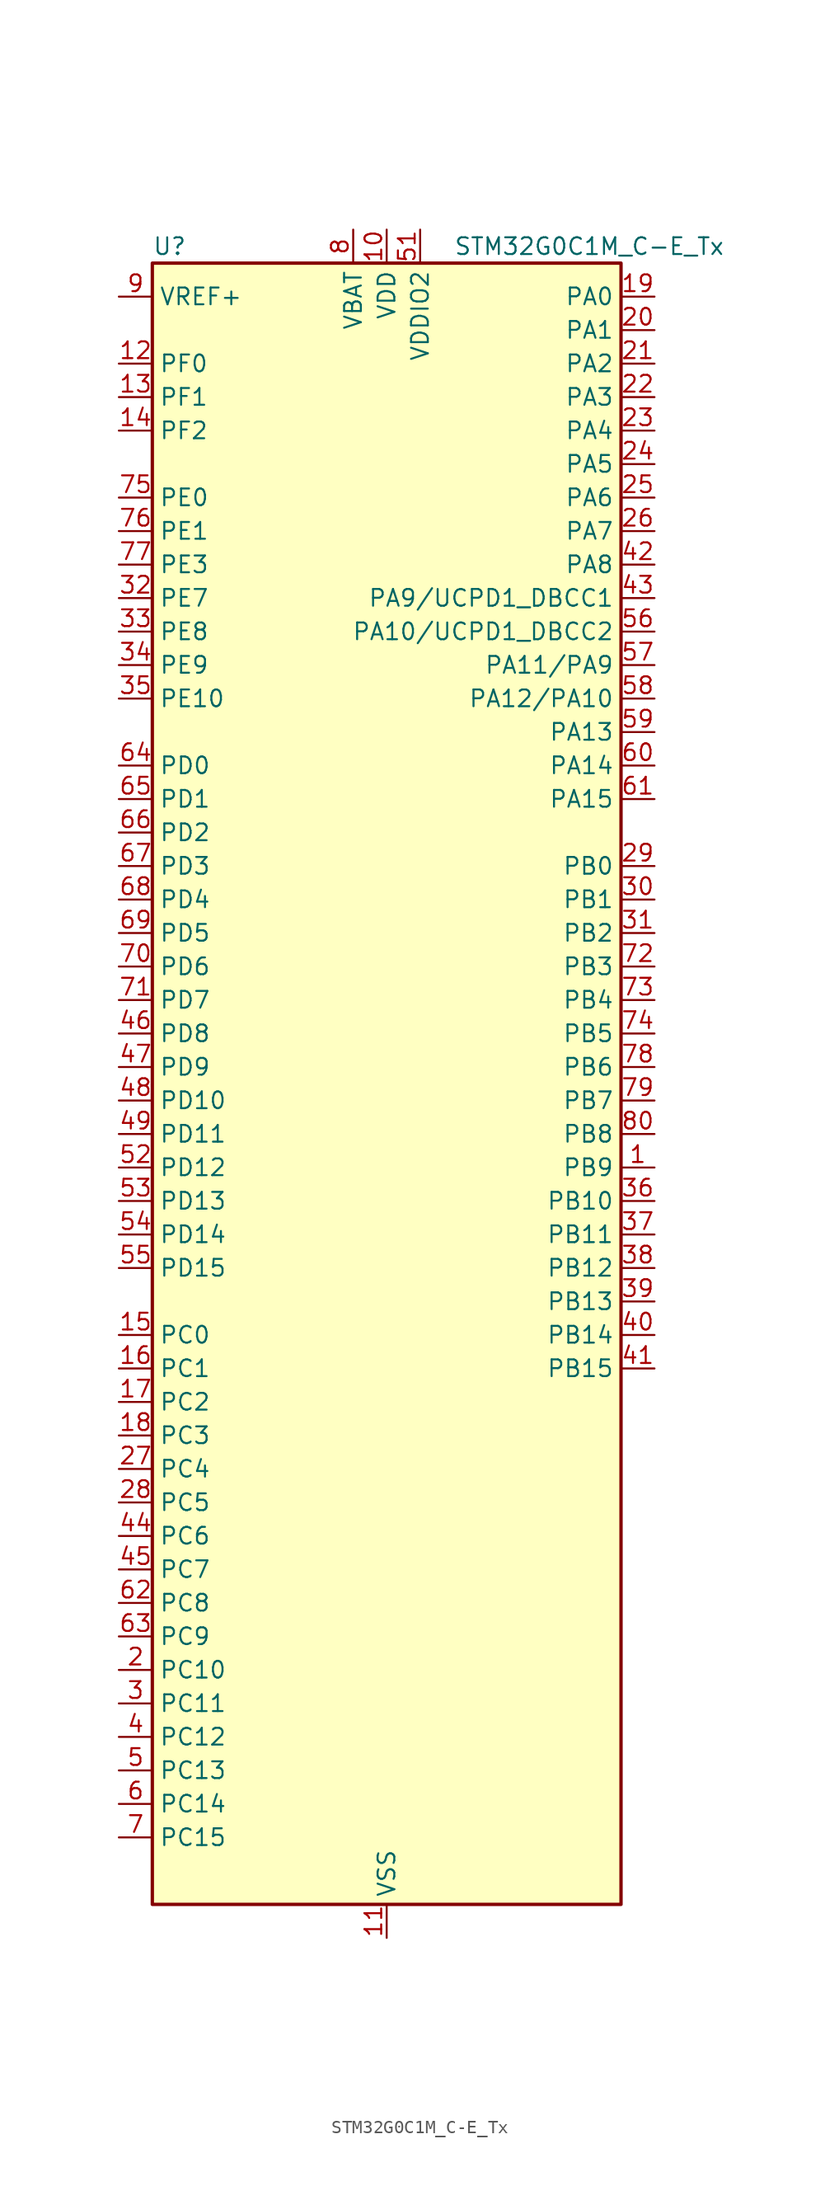
<source format=kicad_sym>
(kicad_symbol_lib
  (version 20231120)
  (generator "kicad_symbol_editor")
  (generator_version "8.0")
  (symbol "STM32G0C1M_C-E_Tx"
    (property "Reference" "U"
      (at -17.78 64.77 0)
      (effects (font (size 1.27 1.27)) (justify left)))
    (property "Value" "STM32G0C1M_C-E_Tx"
      (at 5.08 64.77 0)
      (effects (font (size 1.27 1.27)) (justify left)))
    (property "ki_locked" ""
      (at 0 0 0)
      (effects (font (size 1.27 1.27))))
    (symbol "STM32G0C1M_C-E_Tx_0_1"
      (rectangle (start -17.78 -60.96) (end 17.78 63.5) (stroke (width 0.254) (type default)) (fill (type background))))
    (symbol "STM32G0C1M_C-E_Tx_1_1"
      (pin bidirectional line (at 20.32 -5.08 180) (length 2.54) (name "PB9" (effects (font (size 1.27 1.27)))) (number "1" (effects (font (size 1.27 1.27)))) (alternate "DAC1_EXTI9" bidirectional line) (alternate "FDCAN1_TX" bidirectional line) (alternate "I2C1_SDA" bidirectional line) (alternate "I2S2_WS" bidirectional line) (alternate "IR_OUT" bidirectional line) (alternate "SPI2_NSS" bidirectional line) (alternate "TIM17_CH1" bidirectional line) (alternate "TIM4_CH4" bidirectional line) (alternate "UCPD2_FRSTX1" bidirectional line) (alternate "UCPD2_FRSTX2" bidirectional line) (alternate "USART3_RX" bidirectional line) (alternate "USART6_RX" bidirectional line))
      (pin power_in line (at 0 66.04 270) (length 2.54) (name "VDD" (effects (font (size 1.27 1.27)))) (number "10" (effects (font (size 1.27 1.27)))))
      (pin power_in line (at 0 -63.5 90) (length 2.54) (name "VSS" (effects (font (size 1.27 1.27)))) (number "11" (effects (font (size 1.27 1.27)))))
      (pin bidirectional line (at -20.32 55.88 0) (length 2.54) (name "PF0" (effects (font (size 1.27 1.27)))) (number "12" (effects (font (size 1.27 1.27)))) (alternate "CRS1_SYNC" bidirectional line) (alternate "RCC_OSC_IN" bidirectional line) (alternate "TIM14_CH1" bidirectional line))
      (pin bidirectional line (at -20.32 53.34 0) (length 2.54) (name "PF1" (effects (font (size 1.27 1.27)))) (number "13" (effects (font (size 1.27 1.27)))) (alternate "RCC_OSC_EN" bidirectional line) (alternate "RCC_OSC_OUT" bidirectional line) (alternate "TIM15_CH1N" bidirectional line))
      (pin bidirectional line (at -20.32 50.8 0) (length 2.54) (name "PF2" (effects (font (size 1.27 1.27)))) (number "14" (effects (font (size 1.27 1.27)))) (alternate "LPUART2_DE" bidirectional line) (alternate "LPUART2_RTS" bidirectional line) (alternate "LPUART2_TX" bidirectional line) (alternate "RCC_MCO" bidirectional line))
      (pin bidirectional line (at -20.32 -17.78 0) (length 2.54) (name "PC0" (effects (font (size 1.27 1.27)))) (number "15" (effects (font (size 1.27 1.27)))) (alternate "COMP3_INM" bidirectional line) (alternate "COMP3_OUT" bidirectional line) (alternate "I2C3_SCL" bidirectional line) (alternate "LPTIM1_IN1" bidirectional line) (alternate "LPTIM2_IN1" bidirectional line) (alternate "LPUART1_RX" bidirectional line) (alternate "LPUART2_TX" bidirectional line) (alternate "USART6_TX" bidirectional line))
      (pin bidirectional line (at -20.32 -20.32 0) (length 2.54) (name "PC1" (effects (font (size 1.27 1.27)))) (number "16" (effects (font (size 1.27 1.27)))) (alternate "COMP3_INP" bidirectional line) (alternate "I2C3_SDA" bidirectional line) (alternate "LPTIM1_OUT" bidirectional line) (alternate "LPUART1_TX" bidirectional line) (alternate "LPUART2_RX" bidirectional line) (alternate "TIM15_CH1" bidirectional line) (alternate "USART6_RX" bidirectional line))
      (pin bidirectional line (at -20.32 -22.86 0) (length 2.54) (name "PC2" (effects (font (size 1.27 1.27)))) (number "17" (effects (font (size 1.27 1.27)))) (alternate "COMP3_OUT" bidirectional line) (alternate "FDCAN2_RX" bidirectional line) (alternate "I2S2_MCK" bidirectional line) (alternate "LPTIM1_IN2" bidirectional line) (alternate "SPI2_MISO" bidirectional line) (alternate "TIM15_CH2" bidirectional line))
      (pin bidirectional line (at -20.32 -25.4 0) (length 2.54) (name "PC3" (effects (font (size 1.27 1.27)))) (number "18" (effects (font (size 1.27 1.27)))) (alternate "FDCAN2_TX" bidirectional line) (alternate "I2S2_SD" bidirectional line) (alternate "LPTIM1_ETR" bidirectional line) (alternate "LPTIM2_ETR" bidirectional line) (alternate "SPI2_MOSI" bidirectional line))
      (pin bidirectional line (at 20.32 60.96 180) (length 2.54) (name "PA0" (effects (font (size 1.27 1.27)))) (number "19" (effects (font (size 1.27 1.27)))) (alternate "ADC1_IN0" bidirectional line) (alternate "COMP1_INM" bidirectional line) (alternate "COMP1_OUT" bidirectional line) (alternate "I2S2_CK" bidirectional line) (alternate "LPTIM1_OUT" bidirectional line) (alternate "RTC_TAMP_IN2" bidirectional line) (alternate "SPI2_SCK" bidirectional line) (alternate "SYS_WKUP1" bidirectional line) (alternate "TIM2_CH1" bidirectional line) (alternate "TIM2_ETR" bidirectional line) (alternate "UCPD2_FRSTX1" bidirectional line) (alternate "UCPD2_FRSTX2" bidirectional line) (alternate "USART2_CTS" bidirectional line) (alternate "USART2_NSS" bidirectional line) (alternate "USART4_TX" bidirectional line))
      (pin bidirectional line (at -20.32 -43.18 0) (length 2.54) (name "PC10" (effects (font (size 1.27 1.27)))) (number "2" (effects (font (size 1.27 1.27)))) (alternate "SPI3_SCK" bidirectional line) (alternate "TIM1_CH3" bidirectional line) (alternate "USART3_TX" bidirectional line) (alternate "USART4_TX" bidirectional line))
      (pin bidirectional line (at 20.32 58.42 180) (length 2.54) (name "PA1" (effects (font (size 1.27 1.27)))) (number "20" (effects (font (size 1.27 1.27)))) (alternate "ADC1_IN1" bidirectional line) (alternate "COMP1_INP" bidirectional line) (alternate "I2C1_SMBA" bidirectional line) (alternate "I2S1_CK" bidirectional line) (alternate "SPI1_SCK" bidirectional line) (alternate "TIM15_CH1N" bidirectional line) (alternate "TIM2_CH2" bidirectional line) (alternate "USART2_CK" bidirectional line) (alternate "USART2_DE" bidirectional line) (alternate "USART2_RTS" bidirectional line) (alternate "USART4_RX" bidirectional line))
      (pin bidirectional line (at 20.32 55.88 180) (length 2.54) (name "PA2" (effects (font (size 1.27 1.27)))) (number "21" (effects (font (size 1.27 1.27)))) (alternate "ADC1_IN2" bidirectional line) (alternate "COMP2_INM" bidirectional line) (alternate "COMP2_OUT" bidirectional line) (alternate "I2S1_SD" bidirectional line) (alternate "LPUART1_TX" bidirectional line) (alternate "RCC_LSCO" bidirectional line) (alternate "SPI1_MOSI" bidirectional line) (alternate "SYS_WKUP4" bidirectional line) (alternate "TIM15_CH1" bidirectional line) (alternate "TIM2_CH3" bidirectional line) (alternate "UCPD1_FRSTX1" bidirectional line) (alternate "UCPD1_FRSTX2" bidirectional line) (alternate "USART2_TX" bidirectional line))
      (pin bidirectional line (at 20.32 53.34 180) (length 2.54) (name "PA3" (effects (font (size 1.27 1.27)))) (number "22" (effects (font (size 1.27 1.27)))) (alternate "ADC1_IN3" bidirectional line) (alternate "COMP2_INP" bidirectional line) (alternate "I2S2_MCK" bidirectional line) (alternate "LPUART1_RX" bidirectional line) (alternate "SPI2_MISO" bidirectional line) (alternate "TIM15_CH2" bidirectional line) (alternate "TIM2_CH4" bidirectional line) (alternate "UCPD2_FRSTX1" bidirectional line) (alternate "UCPD2_FRSTX2" bidirectional line) (alternate "USART2_RX" bidirectional line))
      (pin bidirectional line (at 20.32 50.8 180) (length 2.54) (name "PA4" (effects (font (size 1.27 1.27)))) (number "23" (effects (font (size 1.27 1.27)))) (alternate "ADC1_IN4" bidirectional line) (alternate "DAC1_OUT1" bidirectional line) (alternate "I2S1_WS" bidirectional line) (alternate "I2S2_SD" bidirectional line) (alternate "LPTIM2_OUT" bidirectional line) (alternate "RTC_OUT2" bidirectional line) (alternate "SPI1_NSS" bidirectional line) (alternate "SPI2_MOSI" bidirectional line) (alternate "SPI3_NSS" bidirectional line) (alternate "TIM14_CH1" bidirectional line) (alternate "UCPD2_FRSTX1" bidirectional line) (alternate "UCPD2_FRSTX2" bidirectional line) (alternate "USART6_TX" bidirectional line) (alternate "USB_NOE" bidirectional line))
      (pin bidirectional line (at 20.32 48.26 180) (length 2.54) (name "PA5" (effects (font (size 1.27 1.27)))) (number "24" (effects (font (size 1.27 1.27)))) (alternate "ADC1_IN5" bidirectional line) (alternate "CEC" bidirectional line) (alternate "DAC1_OUT2" bidirectional line) (alternate "I2S1_CK" bidirectional line) (alternate "LPTIM2_ETR" bidirectional line) (alternate "SPI1_SCK" bidirectional line) (alternate "TIM2_CH1" bidirectional line) (alternate "TIM2_ETR" bidirectional line) (alternate "UCPD1_FRSTX1" bidirectional line) (alternate "UCPD1_FRSTX2" bidirectional line) (alternate "USART3_TX" bidirectional line) (alternate "USART6_RX" bidirectional line))
      (pin bidirectional line (at 20.32 45.72 180) (length 2.54) (name "PA6" (effects (font (size 1.27 1.27)))) (number "25" (effects (font (size 1.27 1.27)))) (alternate "ADC1_IN6" bidirectional line) (alternate "COMP1_OUT" bidirectional line) (alternate "I2C2_SDA" bidirectional line) (alternate "I2C3_SDA" bidirectional line) (alternate "I2S1_MCK" bidirectional line) (alternate "LPUART1_CTS" bidirectional line) (alternate "SPI1_MISO" bidirectional line) (alternate "TIM16_CH1" bidirectional line) (alternate "TIM1_BK" bidirectional line) (alternate "TIM3_CH1" bidirectional line) (alternate "USART3_CTS" bidirectional line) (alternate "USART3_NSS" bidirectional line) (alternate "USART6_CTS" bidirectional line) (alternate "USART6_NSS" bidirectional line))
      (pin bidirectional line (at 20.32 43.18 180) (length 2.54) (name "PA7" (effects (font (size 1.27 1.27)))) (number "26" (effects (font (size 1.27 1.27)))) (alternate "ADC1_IN7" bidirectional line) (alternate "COMP2_OUT" bidirectional line) (alternate "I2C2_SCL" bidirectional line) (alternate "I2C3_SCL" bidirectional line) (alternate "I2S1_SD" bidirectional line) (alternate "SPI1_MOSI" bidirectional line) (alternate "TIM14_CH1" bidirectional line) (alternate "TIM17_CH1" bidirectional line) (alternate "TIM1_CH1N" bidirectional line) (alternate "TIM3_CH2" bidirectional line) (alternate "UCPD1_FRSTX1" bidirectional line) (alternate "UCPD1_FRSTX2" bidirectional line) (alternate "USART6_CK" bidirectional line) (alternate "USART6_DE" bidirectional line) (alternate "USART6_RTS" bidirectional line))
      (pin bidirectional line (at -20.32 -27.94 0) (length 2.54) (name "PC4" (effects (font (size 1.27 1.27)))) (number "27" (effects (font (size 1.27 1.27)))) (alternate "ADC1_IN17" bidirectional line) (alternate "COMP1_INM" bidirectional line) (alternate "FDCAN1_RX" bidirectional line) (alternate "TIM2_CH1" bidirectional line) (alternate "TIM2_ETR" bidirectional line) (alternate "USART1_TX" bidirectional line) (alternate "USART3_TX" bidirectional line))
      (pin bidirectional line (at -20.32 -30.48 0) (length 2.54) (name "PC5" (effects (font (size 1.27 1.27)))) (number "28" (effects (font (size 1.27 1.27)))) (alternate "ADC1_IN18" bidirectional line) (alternate "COMP1_INP" bidirectional line) (alternate "FDCAN1_TX" bidirectional line) (alternate "SYS_WKUP5" bidirectional line) (alternate "TIM2_CH2" bidirectional line) (alternate "USART1_RX" bidirectional line) (alternate "USART3_RX" bidirectional line))
      (pin bidirectional line (at 20.32 17.78 180) (length 2.54) (name "PB0" (effects (font (size 1.27 1.27)))) (number "29" (effects (font (size 1.27 1.27)))) (alternate "ADC1_IN8" bidirectional line) (alternate "COMP1_OUT" bidirectional line) (alternate "COMP3_INP" bidirectional line) (alternate "FDCAN2_RX" bidirectional line) (alternate "I2S1_WS" bidirectional line) (alternate "LPTIM1_OUT" bidirectional line) (alternate "LPUART2_CTS" bidirectional line) (alternate "SPI1_NSS" bidirectional line) (alternate "TIM1_CH2N" bidirectional line) (alternate "TIM3_CH3" bidirectional line) (alternate "UCPD1_FRSTX1" bidirectional line) (alternate "UCPD1_FRSTX2" bidirectional line) (alternate "USART3_RX" bidirectional line) (alternate "USART5_TX" bidirectional line))
      (pin bidirectional line (at -20.32 -45.72 0) (length 2.54) (name "PC11" (effects (font (size 1.27 1.27)))) (number "3" (effects (font (size 1.27 1.27)))) (alternate "ADC1_EXTI11" bidirectional line) (alternate "SPI3_MISO" bidirectional line) (alternate "TIM1_CH4" bidirectional line) (alternate "USART3_RX" bidirectional line) (alternate "USART4_RX" bidirectional line))
      (pin bidirectional line (at 20.32 15.24 180) (length 2.54) (name "PB1" (effects (font (size 1.27 1.27)))) (number "30" (effects (font (size 1.27 1.27)))) (alternate "ADC1_IN9" bidirectional line) (alternate "COMP1_INM" bidirectional line) (alternate "COMP3_OUT" bidirectional line) (alternate "FDCAN2_TX" bidirectional line) (alternate "LPTIM2_IN1" bidirectional line) (alternate "LPUART1_DE" bidirectional line) (alternate "LPUART1_RTS" bidirectional line) (alternate "LPUART2_DE" bidirectional line) (alternate "LPUART2_RTS" bidirectional line) (alternate "TIM14_CH1" bidirectional line) (alternate "TIM1_CH3N" bidirectional line) (alternate "TIM3_CH4" bidirectional line) (alternate "USART3_CK" bidirectional line) (alternate "USART3_DE" bidirectional line) (alternate "USART3_RTS" bidirectional line) (alternate "USART5_RX" bidirectional line))
      (pin bidirectional line (at 20.32 12.7 180) (length 2.54) (name "PB2" (effects (font (size 1.27 1.27)))) (number "31" (effects (font (size 1.27 1.27)))) (alternate "ADC1_IN10" bidirectional line) (alternate "COMP1_INP" bidirectional line) (alternate "COMP3_INM" bidirectional line) (alternate "I2S2_MCK" bidirectional line) (alternate "LPTIM1_OUT" bidirectional line) (alternate "RCC_MCO_2" bidirectional line) (alternate "SPI2_MISO" bidirectional line) (alternate "USART3_TX" bidirectional line))
      (pin bidirectional line (at -20.32 38.1 0) (length 2.54) (name "PE7" (effects (font (size 1.27 1.27)))) (number "32" (effects (font (size 1.27 1.27)))) (alternate "COMP3_INP" bidirectional line) (alternate "TIM1_ETR" bidirectional line) (alternate "USART5_CK" bidirectional line) (alternate "USART5_DE" bidirectional line) (alternate "USART5_RTS" bidirectional line))
      (pin bidirectional line (at -20.32 35.56 0) (length 2.54) (name "PE8" (effects (font (size 1.27 1.27)))) (number "33" (effects (font (size 1.27 1.27)))) (alternate "COMP3_INM" bidirectional line) (alternate "TIM1_CH1N" bidirectional line) (alternate "USART4_TX" bidirectional line))
      (pin bidirectional line (at -20.32 33.02 0) (length 2.54) (name "PE9" (effects (font (size 1.27 1.27)))) (number "34" (effects (font (size 1.27 1.27)))) (alternate "DAC1_EXTI9" bidirectional line) (alternate "TIM1_CH1" bidirectional line) (alternate "USART4_RX" bidirectional line))
      (pin bidirectional line (at -20.32 30.48 0) (length 2.54) (name "PE10" (effects (font (size 1.27 1.27)))) (number "35" (effects (font (size 1.27 1.27)))) (alternate "TIM1_CH2N" bidirectional line) (alternate "USART5_TX" bidirectional line))
      (pin bidirectional line (at 20.32 -7.62 180) (length 2.54) (name "PB10" (effects (font (size 1.27 1.27)))) (number "36" (effects (font (size 1.27 1.27)))) (alternate "ADC1_IN11" bidirectional line) (alternate "CEC" bidirectional line) (alternate "COMP1_OUT" bidirectional line) (alternate "I2C2_SCL" bidirectional line) (alternate "I2S2_CK" bidirectional line) (alternate "LPUART1_RX" bidirectional line) (alternate "SPI2_SCK" bidirectional line) (alternate "TIM2_CH3" bidirectional line) (alternate "USART3_TX" bidirectional line))
      (pin bidirectional line (at 20.32 -10.16 180) (length 2.54) (name "PB11" (effects (font (size 1.27 1.27)))) (number "37" (effects (font (size 1.27 1.27)))) (alternate "ADC1_EXTI11" bidirectional line) (alternate "ADC1_IN15" bidirectional line) (alternate "COMP2_OUT" bidirectional line) (alternate "I2C2_SDA" bidirectional line) (alternate "I2S2_SD" bidirectional line) (alternate "LPUART1_TX" bidirectional line) (alternate "SPI2_MOSI" bidirectional line) (alternate "TIM2_CH4" bidirectional line) (alternate "USART3_RX" bidirectional line))
      (pin bidirectional line (at 20.32 -12.7 180) (length 2.54) (name "PB12" (effects (font (size 1.27 1.27)))) (number "38" (effects (font (size 1.27 1.27)))) (alternate "ADC1_IN16" bidirectional line) (alternate "FDCAN2_RX" bidirectional line) (alternate "I2C2_SMBA" bidirectional line) (alternate "I2S2_WS" bidirectional line) (alternate "LPUART1_DE" bidirectional line) (alternate "LPUART1_RTS" bidirectional line) (alternate "SPI2_NSS" bidirectional line) (alternate "TIM15_BK" bidirectional line) (alternate "TIM1_BK" bidirectional line) (alternate "UCPD2_FRSTX1" bidirectional line) (alternate "UCPD2_FRSTX2" bidirectional line))
      (pin bidirectional line (at 20.32 -15.24 180) (length 2.54) (name "PB13" (effects (font (size 1.27 1.27)))) (number "39" (effects (font (size 1.27 1.27)))) (alternate "FDCAN2_TX" bidirectional line) (alternate "I2C2_SCL" bidirectional line) (alternate "I2S2_CK" bidirectional line) (alternate "LPUART1_CTS" bidirectional line) (alternate "SPI2_SCK" bidirectional line) (alternate "TIM15_CH1N" bidirectional line) (alternate "TIM1_CH1N" bidirectional line) (alternate "USART3_CTS" bidirectional line) (alternate "USART3_NSS" bidirectional line))
      (pin bidirectional line (at -20.32 -48.26 0) (length 2.54) (name "PC12" (effects (font (size 1.27 1.27)))) (number "4" (effects (font (size 1.27 1.27)))) (alternate "LPTIM1_IN1" bidirectional line) (alternate "SPI3_MOSI" bidirectional line) (alternate "TIM14_CH1" bidirectional line) (alternate "UCPD1_FRSTX1" bidirectional line) (alternate "UCPD1_FRSTX2" bidirectional line) (alternate "USART5_TX" bidirectional line))
      (pin bidirectional line (at 20.32 -17.78 180) (length 2.54) (name "PB14" (effects (font (size 1.27 1.27)))) (number "40" (effects (font (size 1.27 1.27)))) (alternate "I2C2_SDA" bidirectional line) (alternate "I2S2_MCK" bidirectional line) (alternate "SPI2_MISO" bidirectional line) (alternate "TIM15_CH1" bidirectional line) (alternate "TIM1_CH2N" bidirectional line) (alternate "UCPD1_FRSTX1" bidirectional line) (alternate "UCPD1_FRSTX2" bidirectional line) (alternate "USART3_CK" bidirectional line) (alternate "USART3_DE" bidirectional line) (alternate "USART3_RTS" bidirectional line) (alternate "USART6_CK" bidirectional line) (alternate "USART6_DE" bidirectional line) (alternate "USART6_RTS" bidirectional line))
      (pin bidirectional line (at 20.32 -20.32 180) (length 2.54) (name "PB15" (effects (font (size 1.27 1.27)))) (number "41" (effects (font (size 1.27 1.27)))) (alternate "I2S2_SD" bidirectional line) (alternate "RTC_REFIN" bidirectional line) (alternate "SPI2_MOSI" bidirectional line) (alternate "TIM15_CH1N" bidirectional line) (alternate "TIM15_CH2" bidirectional line) (alternate "TIM1_CH3N" bidirectional line) (alternate "UCPD1_CC2" bidirectional line) (alternate "USART6_CTS" bidirectional line) (alternate "USART6_NSS" bidirectional line))
      (pin bidirectional line (at 20.32 40.64 180) (length 2.54) (name "PA8" (effects (font (size 1.27 1.27)))) (number "42" (effects (font (size 1.27 1.27)))) (alternate "CRS1_SYNC" bidirectional line) (alternate "I2C2_SMBA" bidirectional line) (alternate "I2S2_WS" bidirectional line) (alternate "LPTIM2_OUT" bidirectional line) (alternate "RCC_MCO" bidirectional line) (alternate "SPI2_NSS" bidirectional line) (alternate "TIM1_CH1" bidirectional line) (alternate "UCPD1_CC1" bidirectional line))
      (pin bidirectional line (at 20.32 38.1 180) (length 2.54) (name "PA9/UCPD1_DBCC1" (effects (font (size 1.27 1.27)))) (number "43" (effects (font (size 1.27 1.27)))) (alternate "DAC1_EXTI9" bidirectional line) (alternate "I2C1_SCL" bidirectional line) (alternate "I2C2_SCL" bidirectional line) (alternate "I2S2_MCK" bidirectional line) (alternate "RCC_MCO" bidirectional line) (alternate "SPI2_MISO" bidirectional line) (alternate "TIM15_BK" bidirectional line) (alternate "TIM1_CH2" bidirectional line) (alternate "UCPD1_DBCC1" bidirectional line) (alternate "USART1_TX" bidirectional line))
      (pin bidirectional line (at -20.32 -33.02 0) (length 2.54) (name "PC6" (effects (font (size 1.27 1.27)))) (number "44" (effects (font (size 1.27 1.27)))) (alternate "LPUART2_TX" bidirectional line) (alternate "TIM2_CH3" bidirectional line) (alternate "TIM3_CH1" bidirectional line) (alternate "UCPD1_FRSTX1" bidirectional line) (alternate "UCPD1_FRSTX2" bidirectional line))
      (pin bidirectional line (at -20.32 -35.56 0) (length 2.54) (name "PC7" (effects (font (size 1.27 1.27)))) (number "45" (effects (font (size 1.27 1.27)))) (alternate "LPUART2_RX" bidirectional line) (alternate "TIM2_CH4" bidirectional line) (alternate "TIM3_CH2" bidirectional line) (alternate "UCPD2_FRSTX1" bidirectional line) (alternate "UCPD2_FRSTX2" bidirectional line))
      (pin bidirectional line (at -20.32 5.08 0) (length 2.54) (name "PD8" (effects (font (size 1.27 1.27)))) (number "46" (effects (font (size 1.27 1.27)))) (alternate "I2S1_CK" bidirectional line) (alternate "LPTIM1_OUT" bidirectional line) (alternate "SPI1_SCK" bidirectional line) (alternate "USART3_TX" bidirectional line))
      (pin bidirectional line (at -20.32 2.54 0) (length 2.54) (name "PD9" (effects (font (size 1.27 1.27)))) (number "47" (effects (font (size 1.27 1.27)))) (alternate "DAC1_EXTI9" bidirectional line) (alternate "I2S1_WS" bidirectional line) (alternate "SPI1_NSS" bidirectional line) (alternate "TIM1_BK2" bidirectional line) (alternate "USART3_RX" bidirectional line))
      (pin bidirectional line (at -20.32 0 0) (length 2.54) (name "PD10" (effects (font (size 1.27 1.27)))) (number "48" (effects (font (size 1.27 1.27)))) (alternate "RCC_MCO" bidirectional line))
      (pin bidirectional line (at -20.32 -2.54 0) (length 2.54) (name "PD11" (effects (font (size 1.27 1.27)))) (number "49" (effects (font (size 1.27 1.27)))) (alternate "ADC1_EXTI11" bidirectional line) (alternate "LPTIM2_ETR" bidirectional line) (alternate "USART3_CTS" bidirectional line) (alternate "USART3_NSS" bidirectional line))
      (pin bidirectional line (at -20.32 -50.8 0) (length 2.54) (name "PC13" (effects (font (size 1.27 1.27)))) (number "5" (effects (font (size 1.27 1.27)))) (alternate "RTC_OUT1" bidirectional line) (alternate "RTC_TAMP_IN1" bidirectional line) (alternate "RTC_TS" bidirectional line) (alternate "SYS_WKUP2" bidirectional line) (alternate "TIM1_BK" bidirectional line))
      (pin passive line (at 0 -63.5 90) (length 2.54) hide (name "VSS" (effects (font (size 1.27 1.27)))) (number "50" (effects (font (size 1.27 1.27)))))
      (pin power_in line (at 2.54 66.04 270) (length 2.54) (name "VDDIO2" (effects (font (size 1.27 1.27)))) (number "51" (effects (font (size 1.27 1.27)))))
      (pin bidirectional line (at -20.32 -5.08 0) (length 2.54) (name "PD12" (effects (font (size 1.27 1.27)))) (number "52" (effects (font (size 1.27 1.27)))) (alternate "FDCAN1_RX" bidirectional line) (alternate "LPTIM2_IN1" bidirectional line) (alternate "TIM4_CH1" bidirectional line) (alternate "USART3_CK" bidirectional line) (alternate "USART3_DE" bidirectional line) (alternate "USART3_RTS" bidirectional line))
      (pin bidirectional line (at -20.32 -7.62 0) (length 2.54) (name "PD13" (effects (font (size 1.27 1.27)))) (number "53" (effects (font (size 1.27 1.27)))) (alternate "FDCAN1_TX" bidirectional line) (alternate "LPTIM2_OUT" bidirectional line) (alternate "TIM4_CH2" bidirectional line))
      (pin bidirectional line (at -20.32 -10.16 0) (length 2.54) (name "PD14" (effects (font (size 1.27 1.27)))) (number "54" (effects (font (size 1.27 1.27)))) (alternate "FDCAN2_RX" bidirectional line) (alternate "LPUART2_CTS" bidirectional line) (alternate "TIM4_CH3" bidirectional line))
      (pin bidirectional line (at -20.32 -12.7 0) (length 2.54) (name "PD15" (effects (font (size 1.27 1.27)))) (number "55" (effects (font (size 1.27 1.27)))) (alternate "CRS1_SYNC" bidirectional line) (alternate "FDCAN2_TX" bidirectional line) (alternate "LPUART2_DE" bidirectional line) (alternate "LPUART2_RTS" bidirectional line) (alternate "TIM4_CH4" bidirectional line))
      (pin bidirectional line (at 20.32 35.56 180) (length 2.54) (name "PA10/UCPD1_DBCC2" (effects (font (size 1.27 1.27)))) (number "56" (effects (font (size 1.27 1.27)))) (alternate "I2C1_SDA" bidirectional line) (alternate "I2C2_SDA" bidirectional line) (alternate "I2S2_SD" bidirectional line) (alternate "RCC_MCO_2" bidirectional line) (alternate "SPI2_MOSI" bidirectional line) (alternate "TIM17_BK" bidirectional line) (alternate "TIM1_CH3" bidirectional line) (alternate "UCPD1_DBCC2" bidirectional line) (alternate "USART1_RX" bidirectional line))
      (pin bidirectional line (at 20.32 33.02 180) (length 2.54) (name "PA11/PA9" (effects (font (size 1.27 1.27)))) (number "57" (effects (font (size 1.27 1.27)))) (alternate "ADC1_EXTI11" bidirectional line) (alternate "COMP1_OUT" bidirectional line) (alternate "FDCAN1_RX" bidirectional line) (alternate "I2C2_SCL" bidirectional line) (alternate "I2S1_MCK" bidirectional line) (alternate "SPI1_MISO" bidirectional line) (alternate "TIM1_BK2" bidirectional line) (alternate "TIM1_CH4" bidirectional line) (alternate "USART1_CTS" bidirectional line) (alternate "USART1_NSS" bidirectional line) (alternate "USB_DM" bidirectional line))
      (pin bidirectional line (at 20.32 30.48 180) (length 2.54) (name "PA12/PA10" (effects (font (size 1.27 1.27)))) (number "58" (effects (font (size 1.27 1.27)))) (alternate "COMP2_OUT" bidirectional line) (alternate "FDCAN1_TX" bidirectional line) (alternate "I2C2_SDA" bidirectional line) (alternate "I2S1_SD" bidirectional line) (alternate "I2S_CKIN" bidirectional line) (alternate "SPI1_MOSI" bidirectional line) (alternate "TIM1_ETR" bidirectional line) (alternate "USART1_CK" bidirectional line) (alternate "USART1_DE" bidirectional line) (alternate "USART1_RTS" bidirectional line) (alternate "USB_DP" bidirectional line))
      (pin bidirectional line (at 20.32 27.94 180) (length 2.54) (name "PA13" (effects (font (size 1.27 1.27)))) (number "59" (effects (font (size 1.27 1.27)))) (alternate "IR_OUT" bidirectional line) (alternate "LPUART2_RX" bidirectional line) (alternate "SYS_SWDIO" bidirectional line) (alternate "USB_NOE" bidirectional line))
      (pin bidirectional line (at -20.32 -53.34 0) (length 2.54) (name "PC14" (effects (font (size 1.27 1.27)))) (number "6" (effects (font (size 1.27 1.27)))) (alternate "RCC_OSC32_IN" bidirectional line) (alternate "TIM1_BK2" bidirectional line))
      (pin bidirectional line (at 20.32 25.4 180) (length 2.54) (name "PA14" (effects (font (size 1.27 1.27)))) (number "60" (effects (font (size 1.27 1.27)))) (alternate "LPUART2_TX" bidirectional line) (alternate "SYS_SWCLK" bidirectional line) (alternate "USART2_TX" bidirectional line))
      (pin bidirectional line (at 20.32 22.86 180) (length 2.54) (name "PA15" (effects (font (size 1.27 1.27)))) (number "61" (effects (font (size 1.27 1.27)))) (alternate "I2C2_SMBA" bidirectional line) (alternate "I2S1_WS" bidirectional line) (alternate "RCC_MCO_2" bidirectional line) (alternate "SPI1_NSS" bidirectional line) (alternate "SPI3_NSS" bidirectional line) (alternate "TIM2_CH1" bidirectional line) (alternate "TIM2_ETR" bidirectional line) (alternate "USART2_RX" bidirectional line) (alternate "USART3_CK" bidirectional line) (alternate "USART3_DE" bidirectional line) (alternate "USART3_RTS" bidirectional line) (alternate "USART4_CK" bidirectional line) (alternate "USART4_DE" bidirectional line) (alternate "USART4_RTS" bidirectional line) (alternate "USB_NOE" bidirectional line))
      (pin bidirectional line (at -20.32 -38.1 0) (length 2.54) (name "PC8" (effects (font (size 1.27 1.27)))) (number "62" (effects (font (size 1.27 1.27)))) (alternate "LPUART2_CTS" bidirectional line) (alternate "TIM1_CH1" bidirectional line) (alternate "TIM3_CH3" bidirectional line) (alternate "UCPD2_FRSTX1" bidirectional line) (alternate "UCPD2_FRSTX2" bidirectional line))
      (pin bidirectional line (at -20.32 -40.64 0) (length 2.54) (name "PC9" (effects (font (size 1.27 1.27)))) (number "63" (effects (font (size 1.27 1.27)))) (alternate "DAC1_EXTI9" bidirectional line) (alternate "I2S_CKIN" bidirectional line) (alternate "LPUART2_DE" bidirectional line) (alternate "LPUART2_RTS" bidirectional line) (alternate "TIM1_CH2" bidirectional line) (alternate "TIM3_CH4" bidirectional line) (alternate "USB_NOE" bidirectional line))
      (pin bidirectional line (at -20.32 25.4 0) (length 2.54) (name "PD0" (effects (font (size 1.27 1.27)))) (number "64" (effects (font (size 1.27 1.27)))) (alternate "FDCAN1_RX" bidirectional line) (alternate "I2S2_WS" bidirectional line) (alternate "SPI2_NSS" bidirectional line) (alternate "TIM16_CH1" bidirectional line) (alternate "UCPD2_CC1" bidirectional line))
      (pin bidirectional line (at -20.32 22.86 0) (length 2.54) (name "PD1" (effects (font (size 1.27 1.27)))) (number "65" (effects (font (size 1.27 1.27)))) (alternate "FDCAN1_TX" bidirectional line) (alternate "I2S2_CK" bidirectional line) (alternate "SPI2_SCK" bidirectional line) (alternate "TIM17_CH1" bidirectional line) (alternate "UCPD2_DBCC1" bidirectional line))
      (pin bidirectional line (at -20.32 20.32 0) (length 2.54) (name "PD2" (effects (font (size 1.27 1.27)))) (number "66" (effects (font (size 1.27 1.27)))) (alternate "TIM1_CH1N" bidirectional line) (alternate "TIM3_ETR" bidirectional line) (alternate "UCPD2_CC2" bidirectional line) (alternate "USART3_CK" bidirectional line) (alternate "USART3_DE" bidirectional line) (alternate "USART3_RTS" bidirectional line) (alternate "USART5_RX" bidirectional line))
      (pin bidirectional line (at -20.32 17.78 0) (length 2.54) (name "PD3" (effects (font (size 1.27 1.27)))) (number "67" (effects (font (size 1.27 1.27)))) (alternate "I2S2_MCK" bidirectional line) (alternate "SPI2_MISO" bidirectional line) (alternate "TIM1_CH2N" bidirectional line) (alternate "UCPD2_DBCC2" bidirectional line) (alternate "USART2_CTS" bidirectional line) (alternate "USART2_NSS" bidirectional line) (alternate "USART5_TX" bidirectional line))
      (pin bidirectional line (at -20.32 15.24 0) (length 2.54) (name "PD4" (effects (font (size 1.27 1.27)))) (number "68" (effects (font (size 1.27 1.27)))) (alternate "I2S2_SD" bidirectional line) (alternate "SPI2_MOSI" bidirectional line) (alternate "TIM1_CH3N" bidirectional line) (alternate "USART2_CK" bidirectional line) (alternate "USART2_DE" bidirectional line) (alternate "USART2_RTS" bidirectional line) (alternate "USART5_CK" bidirectional line) (alternate "USART5_DE" bidirectional line) (alternate "USART5_RTS" bidirectional line))
      (pin bidirectional line (at -20.32 12.7 0) (length 2.54) (name "PD5" (effects (font (size 1.27 1.27)))) (number "69" (effects (font (size 1.27 1.27)))) (alternate "I2S1_MCK" bidirectional line) (alternate "SPI1_MISO" bidirectional line) (alternate "TIM1_BK" bidirectional line) (alternate "USART2_TX" bidirectional line) (alternate "USART5_CTS" bidirectional line) (alternate "USART5_NSS" bidirectional line))
      (pin bidirectional line (at -20.32 -55.88 0) (length 2.54) (name "PC15" (effects (font (size 1.27 1.27)))) (number "7" (effects (font (size 1.27 1.27)))) (alternate "RCC_OSC32_EN" bidirectional line) (alternate "RCC_OSC32_OUT" bidirectional line) (alternate "RCC_OSC_EN" bidirectional line) (alternate "TIM15_BK" bidirectional line))
      (pin bidirectional line (at -20.32 10.16 0) (length 2.54) (name "PD6" (effects (font (size 1.27 1.27)))) (number "70" (effects (font (size 1.27 1.27)))) (alternate "I2S1_SD" bidirectional line) (alternate "LPTIM2_OUT" bidirectional line) (alternate "SPI1_MOSI" bidirectional line) (alternate "USART2_RX" bidirectional line))
      (pin bidirectional line (at -20.32 7.62 0) (length 2.54) (name "PD7" (effects (font (size 1.27 1.27)))) (number "71" (effects (font (size 1.27 1.27)))) (alternate "RCC_MCO_2" bidirectional line))
      (pin bidirectional line (at 20.32 10.16 180) (length 2.54) (name "PB3" (effects (font (size 1.27 1.27)))) (number "72" (effects (font (size 1.27 1.27)))) (alternate "COMP2_INM" bidirectional line) (alternate "I2C2_SCL" bidirectional line) (alternate "I2C3_SCL" bidirectional line) (alternate "I2S1_CK" bidirectional line) (alternate "SPI1_SCK" bidirectional line) (alternate "SPI3_SCK" bidirectional line) (alternate "TIM1_CH2" bidirectional line) (alternate "TIM2_CH2" bidirectional line) (alternate "USART1_CK" bidirectional line) (alternate "USART1_DE" bidirectional line) (alternate "USART1_RTS" bidirectional line) (alternate "USART5_TX" bidirectional line))
      (pin bidirectional line (at 20.32 7.62 180) (length 2.54) (name "PB4" (effects (font (size 1.27 1.27)))) (number "73" (effects (font (size 1.27 1.27)))) (alternate "COMP2_INP" bidirectional line) (alternate "I2C2_SDA" bidirectional line) (alternate "I2C3_SDA" bidirectional line) (alternate "I2S1_MCK" bidirectional line) (alternate "SPI1_MISO" bidirectional line) (alternate "SPI3_MISO" bidirectional line) (alternate "TIM17_BK" bidirectional line) (alternate "TIM3_CH1" bidirectional line) (alternate "USART1_CTS" bidirectional line) (alternate "USART1_NSS" bidirectional line) (alternate "USART5_RX" bidirectional line))
      (pin bidirectional line (at 20.32 5.08 180) (length 2.54) (name "PB5" (effects (font (size 1.27 1.27)))) (number "74" (effects (font (size 1.27 1.27)))) (alternate "COMP2_OUT" bidirectional line) (alternate "FDCAN2_RX" bidirectional line) (alternate "I2C1_SMBA" bidirectional line) (alternate "I2S1_SD" bidirectional line) (alternate "LPTIM1_IN1" bidirectional line) (alternate "SPI1_MOSI" bidirectional line) (alternate "SPI3_MOSI" bidirectional line) (alternate "SYS_WKUP6" bidirectional line) (alternate "TIM16_BK" bidirectional line) (alternate "TIM3_CH2" bidirectional line) (alternate "USART5_CK" bidirectional line) (alternate "USART5_DE" bidirectional line) (alternate "USART5_RTS" bidirectional line))
      (pin bidirectional line (at -20.32 45.72 0) (length 2.54) (name "PE0" (effects (font (size 1.27 1.27)))) (number "75" (effects (font (size 1.27 1.27)))) (alternate "TIM16_CH1" bidirectional line) (alternate "TIM4_ETR" bidirectional line))
      (pin bidirectional line (at -20.32 43.18 0) (length 2.54) (name "PE1" (effects (font (size 1.27 1.27)))) (number "76" (effects (font (size 1.27 1.27)))) (alternate "TIM17_CH1" bidirectional line))
      (pin bidirectional line (at -20.32 40.64 0) (length 2.54) (name "PE3" (effects (font (size 1.27 1.27)))) (number "77" (effects (font (size 1.27 1.27)))) (alternate "TIM3_CH1" bidirectional line))
      (pin bidirectional line (at 20.32 2.54 180) (length 2.54) (name "PB6" (effects (font (size 1.27 1.27)))) (number "78" (effects (font (size 1.27 1.27)))) (alternate "COMP2_INP" bidirectional line) (alternate "FDCAN2_TX" bidirectional line) (alternate "I2C1_SCL" bidirectional line) (alternate "I2S2_MCK" bidirectional line) (alternate "LPTIM1_ETR" bidirectional line) (alternate "LPUART2_TX" bidirectional line) (alternate "SPI2_MISO" bidirectional line) (alternate "TIM16_CH1N" bidirectional line) (alternate "TIM1_CH3" bidirectional line) (alternate "TIM4_CH1" bidirectional line) (alternate "USART1_TX" bidirectional line) (alternate "USART5_CTS" bidirectional line) (alternate "USART5_NSS" bidirectional line))
      (pin bidirectional line (at 20.32 0 180) (length 2.54) (name "PB7" (effects (font (size 1.27 1.27)))) (number "79" (effects (font (size 1.27 1.27)))) (alternate "COMP2_INM" bidirectional line) (alternate "I2C1_SDA" bidirectional line) (alternate "I2S2_SD" bidirectional line) (alternate "LPTIM1_IN2" bidirectional line) (alternate "LPUART2_RX" bidirectional line) (alternate "SPI2_MOSI" bidirectional line) (alternate "SYS_PVD_IN" bidirectional line) (alternate "TIM17_CH1N" bidirectional line) (alternate "TIM4_CH2" bidirectional line) (alternate "USART1_RX" bidirectional line) (alternate "USART4_CTS" bidirectional line) (alternate "USART4_NSS" bidirectional line))
      (pin power_in line (at -2.54 66.04 270) (length 2.54) (name "VBAT" (effects (font (size 1.27 1.27)))) (number "8" (effects (font (size 1.27 1.27)))))
      (pin bidirectional line (at 20.32 -2.54 180) (length 2.54) (name "PB8" (effects (font (size 1.27 1.27)))) (number "80" (effects (font (size 1.27 1.27)))) (alternate "CEC" bidirectional line) (alternate "FDCAN1_RX" bidirectional line) (alternate "I2C1_SCL" bidirectional line) (alternate "I2S2_CK" bidirectional line) (alternate "SPI2_SCK" bidirectional line) (alternate "TIM15_BK" bidirectional line) (alternate "TIM16_CH1" bidirectional line) (alternate "TIM4_CH3" bidirectional line) (alternate "USART3_TX" bidirectional line) (alternate "USART6_TX" bidirectional line))
      (pin input line (at -20.32 60.96 0) (length 2.54) (name "VREF+" (effects (font (size 1.27 1.27)))) (number "9" (effects (font (size 1.27 1.27)))) (alternate "VREFBUF_OUT" bidirectional line)))))
</source>
